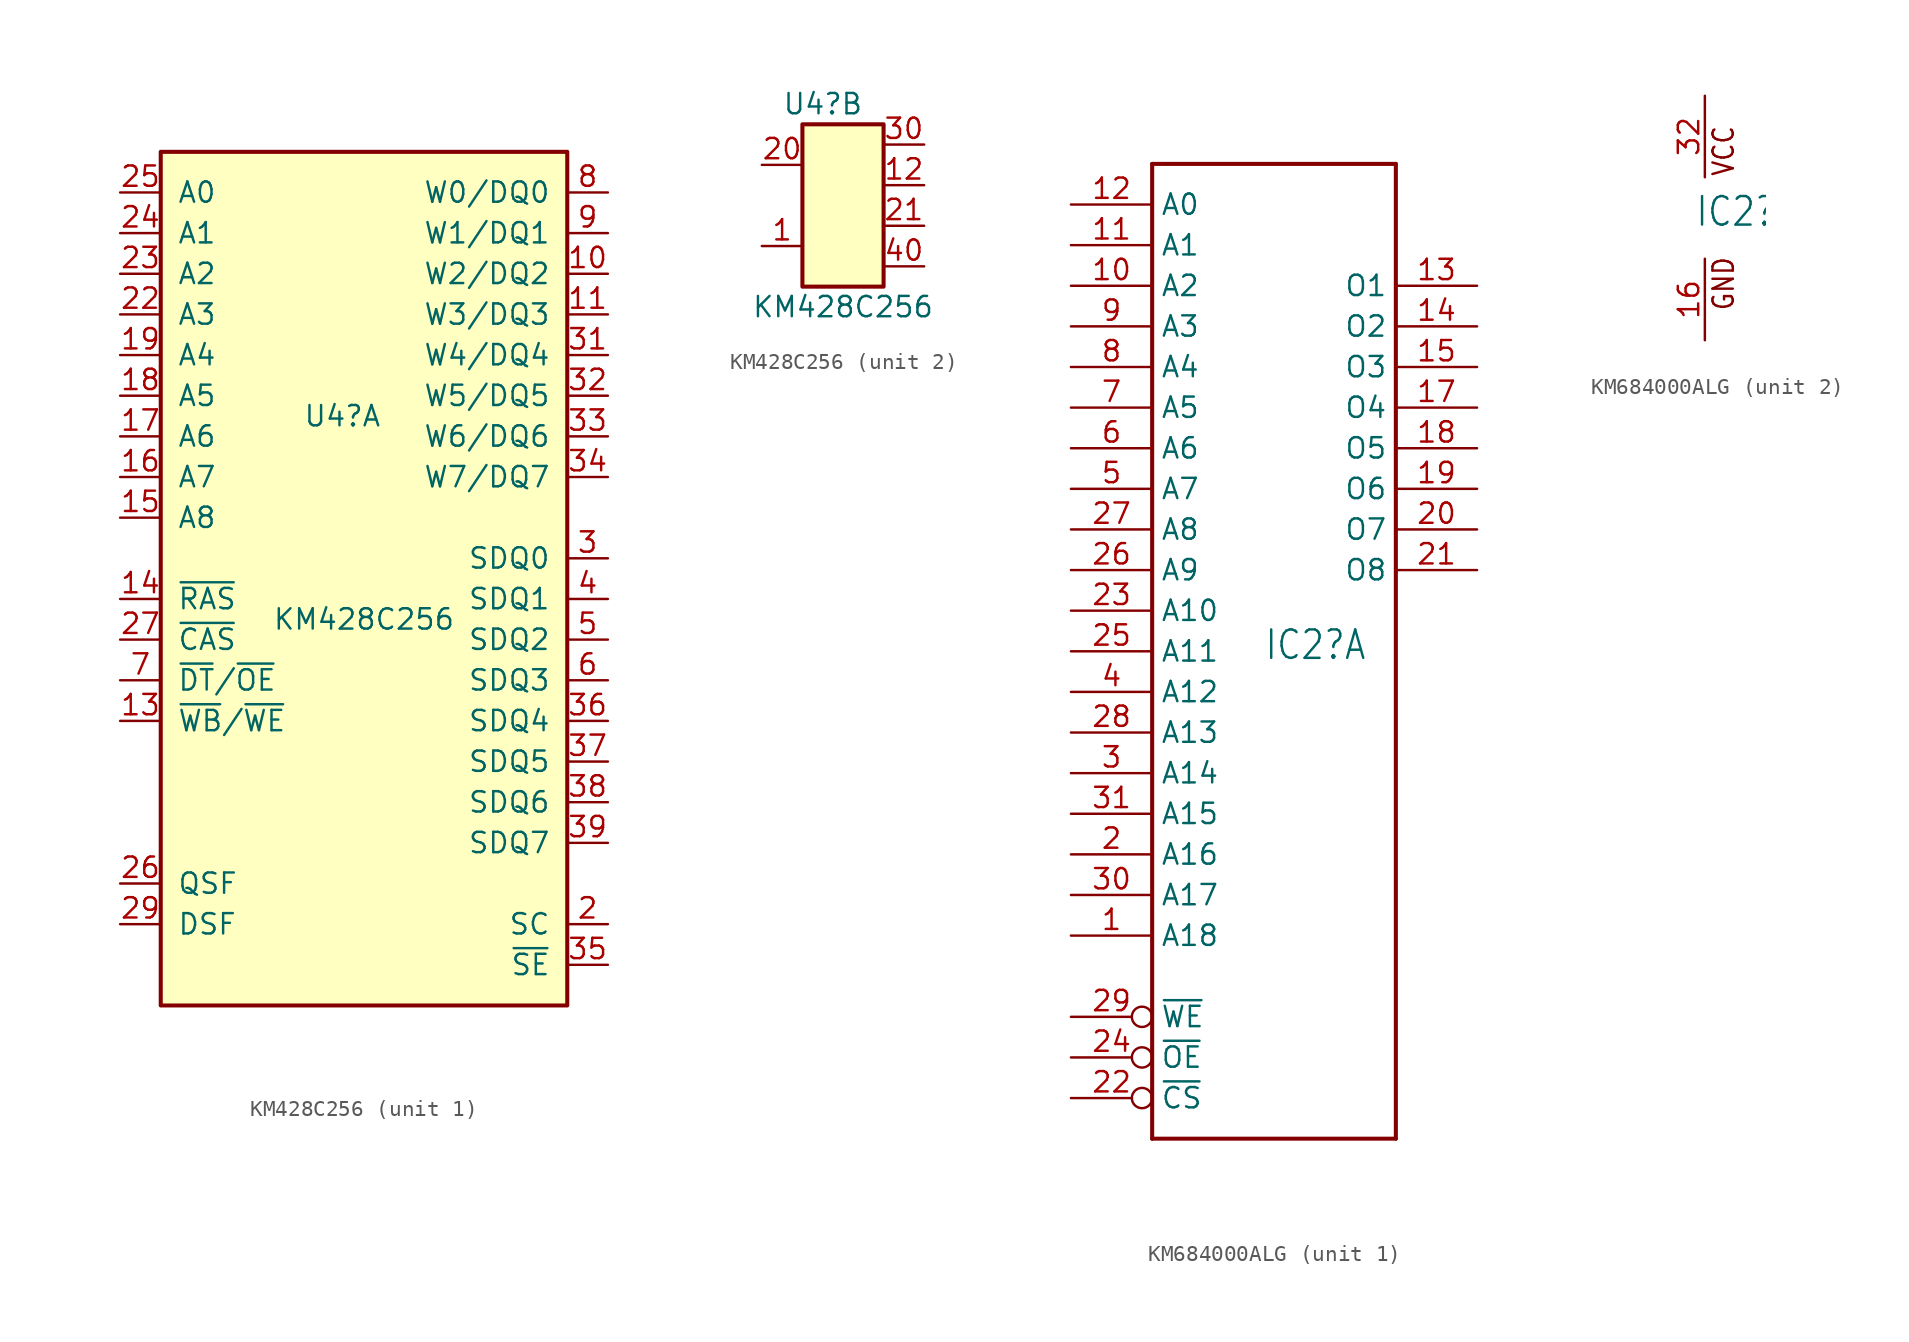
<source format=kicad_sym>
(kicad_symbol_lib
  (version 20220914)
  (generator kicad_symbol_editor)
  (symbol "KM428C256"
    (pin_names
      (offset 1.016))
    (property "Reference" "U4"
      (at -3.81 6.35 0)
      (effects (font (size 1.27 1.27)) (justify left)))
    (property "Value" "KM428C256"
      (at 0 -6.35 0)
      (effects (font (size 1.27 1.27))))
    (property "ki_locked" ""
      (at 0 0 0)
      (effects (font (size 1.27 1.27))))
    (symbol "KM428C256_1_1"
      (rectangle (start -12.7 22.86) (end 12.7 -30.48) (stroke (width 0.254) (type default)) (fill (type background)))
      (pin bidirectional line (at 15.24 15.24 180) (length 2.54) (name "W2/DQ2" (effects (font (size 1.27 1.27)))) (number "10" (effects (font (size 1.27 1.27)))))
      (pin bidirectional line (at 15.24 12.7 180) (length 2.54) (name "W3/DQ3" (effects (font (size 1.27 1.27)))) (number "11" (effects (font (size 1.27 1.27)))))
      (pin input line (at -15.24 -12.7 0) (length 2.54) (name "~{WB}/~{WE}" (effects (font (size 1.27 1.27)))) (number "13" (effects (font (size 1.27 1.27)))))
      (pin input line (at -15.24 -5.08 0) (length 2.54) (name "~{RAS}" (effects (font (size 1.27 1.27)))) (number "14" (effects (font (size 1.27 1.27)))))
      (pin input line (at -15.24 0 0) (length 2.54) (name "A8" (effects (font (size 1.27 1.27)))) (number "15" (effects (font (size 1.27 1.27)))))
      (pin input line (at -15.24 2.54 0) (length 2.54) (name "A7" (effects (font (size 1.27 1.27)))) (number "16" (effects (font (size 1.27 1.27)))))
      (pin input line (at -15.24 5.08 0) (length 2.54) (name "A6" (effects (font (size 1.27 1.27)))) (number "17" (effects (font (size 1.27 1.27)))))
      (pin input line (at -15.24 7.62 0) (length 2.54) (name "A5" (effects (font (size 1.27 1.27)))) (number "18" (effects (font (size 1.27 1.27)))))
      (pin input line (at -15.24 10.16 0) (length 2.54) (name "A4" (effects (font (size 1.27 1.27)))) (number "19" (effects (font (size 1.27 1.27)))))
      (pin input line (at 15.24 -25.4 180) (length 2.54) (name "SC" (effects (font (size 1.27 1.27)))) (number "2" (effects (font (size 1.27 1.27)))))
      (pin input line (at -15.24 12.7 0) (length 2.54) (name "A3" (effects (font (size 1.27 1.27)))) (number "22" (effects (font (size 1.27 1.27)))))
      (pin input line (at -15.24 15.24 0) (length 2.54) (name "A2" (effects (font (size 1.27 1.27)))) (number "23" (effects (font (size 1.27 1.27)))))
      (pin input line (at -15.24 17.78 0) (length 2.54) (name "A1" (effects (font (size 1.27 1.27)))) (number "24" (effects (font (size 1.27 1.27)))))
      (pin input line (at -15.24 20.32 0) (length 2.54) (name "A0" (effects (font (size 1.27 1.27)))) (number "25" (effects (font (size 1.27 1.27)))))
      (pin input line (at -15.24 -22.86 0) (length 2.54) (name "QSF" (effects (font (size 1.27 1.27)))) (number "26" (effects (font (size 1.27 1.27)))))
      (pin input line (at -15.24 -7.62 0) (length 2.54) (name "~{CAS}" (effects (font (size 1.27 1.27)))) (number "27" (effects (font (size 1.27 1.27)))))
      (pin no_connect line (at 10.16 0 180) (length 2.54) hide (name "N/C" (effects (font (size 1.27 1.27)))) (number "28" (effects (font (size 1.27 1.27)))))
      (pin input line (at -15.24 -25.4 0) (length 2.54) (name "DSF" (effects (font (size 1.27 1.27)))) (number "29" (effects (font (size 1.27 1.27)))))
      (pin bidirectional line (at 15.24 -2.54 180) (length 2.54) (name "SDQ0" (effects (font (size 1.27 1.27)))) (number "3" (effects (font (size 1.27 1.27)))))
      (pin bidirectional line (at 15.24 10.16 180) (length 2.54) (name "W4/DQ4" (effects (font (size 1.27 1.27)))) (number "31" (effects (font (size 1.27 1.27)))))
      (pin bidirectional line (at 15.24 7.62 180) (length 2.54) (name "W5/DQ5" (effects (font (size 1.27 1.27)))) (number "32" (effects (font (size 1.27 1.27)))))
      (pin bidirectional line (at 15.24 5.08 180) (length 2.54) (name "W6/DQ6" (effects (font (size 1.27 1.27)))) (number "33" (effects (font (size 1.27 1.27)))))
      (pin bidirectional line (at 15.24 2.54 180) (length 2.54) (name "W7/DQ7" (effects (font (size 1.27 1.27)))) (number "34" (effects (font (size 1.27 1.27)))))
      (pin input line (at 15.24 -27.94 180) (length 2.54) (name "~{SE}" (effects (font (size 1.27 1.27)))) (number "35" (effects (font (size 1.27 1.27)))))
      (pin bidirectional line (at 15.24 -12.7 180) (length 2.54) (name "SDQ4" (effects (font (size 1.27 1.27)))) (number "36" (effects (font (size 1.27 1.27)))))
      (pin bidirectional line (at 15.24 -15.24 180) (length 2.54) (name "SDQ5" (effects (font (size 1.27 1.27)))) (number "37" (effects (font (size 1.27 1.27)))))
      (pin bidirectional line (at 15.24 -17.78 180) (length 2.54) (name "SDQ6" (effects (font (size 1.27 1.27)))) (number "38" (effects (font (size 1.27 1.27)))))
      (pin bidirectional line (at 15.24 -20.32 180) (length 2.54) (name "SDQ7" (effects (font (size 1.27 1.27)))) (number "39" (effects (font (size 1.27 1.27)))))
      (pin bidirectional line (at 15.24 -5.08 180) (length 2.54) (name "SDQ1" (effects (font (size 1.27 1.27)))) (number "4" (effects (font (size 1.27 1.27)))))
      (pin bidirectional line (at 15.24 -7.62 180) (length 2.54) (name "SDQ2" (effects (font (size 1.27 1.27)))) (number "5" (effects (font (size 1.27 1.27)))))
      (pin bidirectional line (at 15.24 -10.16 180) (length 2.54) (name "SDQ3" (effects (font (size 1.27 1.27)))) (number "6" (effects (font (size 1.27 1.27)))))
      (pin input line (at -15.24 -10.16 0) (length 2.54) (name "~{DT}/~{OE}" (effects (font (size 1.27 1.27)))) (number "7" (effects (font (size 1.27 1.27)))))
      (pin bidirectional line (at 15.24 20.32 180) (length 2.54) (name "W0/DQ0" (effects (font (size 1.27 1.27)))) (number "8" (effects (font (size 1.27 1.27)))))
      (pin bidirectional line (at 15.24 17.78 180) (length 2.54) (name "W1/DQ1" (effects (font (size 1.27 1.27)))) (number "9" (effects (font (size 1.27 1.27))))))
    (symbol "KM428C256_2_1"
      (rectangle (start -2.54 5.08) (end 2.54 -5.08) (stroke (width 0.254) (type default)) (fill (type background)))
      (pin power_in line (at -5.08 -2.54 0) (length 2.54) (name "" (effects (font (size 1.27 1.27)))) (number "1" (effects (font (size 1.27 1.27)))))
      (pin passive line (at 5.08 1.27 180) (length 2.54) (name "" (effects (font (size 1.27 1.27)))) (number "12" (effects (font (size 1.27 1.27)))))
      (pin passive line (at -5.08 2.54 0) (length 2.54) (name "" (effects (font (size 1.27 1.27)))) (number "20" (effects (font (size 1.27 1.27)))))
      (pin passive line (at 5.08 -1.27 180) (length 2.54) (name "" (effects (font (size 1.27 1.27)))) (number "21" (effects (font (size 1.27 1.27)))))
      (pin passive line (at 5.08 3.81 180) (length 2.54) (name "" (effects (font (size 1.27 1.27)))) (number "30" (effects (font (size 1.27 1.27)))))
      (pin passive line (at 5.08 -3.81 180) (length 2.54) (name "" (effects (font (size 1.27 1.27)))) (number "40" (effects (font (size 1.27 1.27)))))))
  (symbol "KM684000ALG"
    (property "Reference" "IC2"
      (at -0.635 -0.635 0)
      (effects (font (size 1.778 1.511)) (justify left bottom)))
    (property "ki_locked" ""
      (at 0 0 0)
      (effects (font (size 1.27 1.27))))
    (symbol "KM684000ALG_1_0"
      (polyline (pts (xy -7.62 -30.48) (xy -7.62 30.48)) (stroke (width 0.254) (type default)) (fill (type none)))
      (polyline (pts (xy -7.62 30.48) (xy 7.62 30.48)) (stroke (width 0.254) (type default)) (fill (type none)))
      (polyline (pts (xy 7.62 -30.48) (xy -7.62 -30.48)) (stroke (width 0.254) (type default)) (fill (type none)))
      (polyline (pts (xy 7.62 30.48) (xy 7.62 -30.48)) (stroke (width 0.254) (type default)) (fill (type none)))
      (pin bidirectional line (at -12.7 -17.78 0) (length 5.08) (name "A18" (effects (font (size 1.27 1.27)))) (number "1" (effects (font (size 1.27 1.27)))))
      (pin bidirectional line (at -12.7 22.86 0) (length 5.08) (name "A2" (effects (font (size 1.27 1.27)))) (number "10" (effects (font (size 1.27 1.27)))))
      (pin bidirectional line (at -12.7 25.4 0) (length 5.08) (name "A1" (effects (font (size 1.27 1.27)))) (number "11" (effects (font (size 1.27 1.27)))))
      (pin bidirectional line (at -12.7 27.94 0) (length 5.08) (name "A0" (effects (font (size 1.27 1.27)))) (number "12" (effects (font (size 1.27 1.27)))))
      (pin bidirectional line (at 12.7 22.86 180) (length 5.08) (name "O1" (effects (font (size 1.27 1.27)))) (number "13" (effects (font (size 1.27 1.27)))))
      (pin bidirectional line (at 12.7 20.32 180) (length 5.08) (name "O2" (effects (font (size 1.27 1.27)))) (number "14" (effects (font (size 1.27 1.27)))))
      (pin bidirectional line (at 12.7 17.78 180) (length 5.08) (name "O3" (effects (font (size 1.27 1.27)))) (number "15" (effects (font (size 1.27 1.27)))))
      (pin bidirectional line (at 12.7 15.24 180) (length 5.08) (name "O4" (effects (font (size 1.27 1.27)))) (number "17" (effects (font (size 1.27 1.27)))))
      (pin bidirectional line (at 12.7 12.7 180) (length 5.08) (name "O5" (effects (font (size 1.27 1.27)))) (number "18" (effects (font (size 1.27 1.27)))))
      (pin bidirectional line (at 12.7 10.16 180) (length 5.08) (name "O6" (effects (font (size 1.27 1.27)))) (number "19" (effects (font (size 1.27 1.27)))))
      (pin bidirectional line (at -12.7 -12.7 0) (length 5.08) (name "A16" (effects (font (size 1.27 1.27)))) (number "2" (effects (font (size 1.27 1.27)))))
      (pin bidirectional line (at 12.7 7.62 180) (length 5.08) (name "O7" (effects (font (size 1.27 1.27)))) (number "20" (effects (font (size 1.27 1.27)))))
      (pin bidirectional line (at 12.7 5.08 180) (length 5.08) (name "O8" (effects (font (size 1.27 1.27)))) (number "21" (effects (font (size 1.27 1.27)))))
      (pin bidirectional inverted (at -12.7 -27.94 0) (length 5.08) (name "~{CS}" (effects (font (size 1.27 1.27)))) (number "22" (effects (font (size 1.27 1.27)))))
      (pin bidirectional line (at -12.7 2.54 0) (length 5.08) (name "A10" (effects (font (size 1.27 1.27)))) (number "23" (effects (font (size 1.27 1.27)))))
      (pin bidirectional inverted (at -12.7 -25.4 0) (length 5.08) (name "~{OE}" (effects (font (size 1.27 1.27)))) (number "24" (effects (font (size 1.27 1.27)))))
      (pin bidirectional line (at -12.7 0 0) (length 5.08) (name "A11" (effects (font (size 1.27 1.27)))) (number "25" (effects (font (size 1.27 1.27)))))
      (pin bidirectional line (at -12.7 5.08 0) (length 5.08) (name "A9" (effects (font (size 1.27 1.27)))) (number "26" (effects (font (size 1.27 1.27)))))
      (pin bidirectional line (at -12.7 7.62 0) (length 5.08) (name "A8" (effects (font (size 1.27 1.27)))) (number "27" (effects (font (size 1.27 1.27)))))
      (pin bidirectional line (at -12.7 -5.08 0) (length 5.08) (name "A13" (effects (font (size 1.27 1.27)))) (number "28" (effects (font (size 1.27 1.27)))))
      (pin bidirectional inverted (at -12.7 -22.86 0) (length 5.08) (name "~{WE}" (effects (font (size 1.27 1.27)))) (number "29" (effects (font (size 1.27 1.27)))))
      (pin bidirectional line (at -12.7 -7.62 0) (length 5.08) (name "A14" (effects (font (size 1.27 1.27)))) (number "3" (effects (font (size 1.27 1.27)))))
      (pin bidirectional line (at -12.7 -15.24 0) (length 5.08) (name "A17" (effects (font (size 1.27 1.27)))) (number "30" (effects (font (size 1.27 1.27)))))
      (pin bidirectional line (at -12.7 -10.16 0) (length 5.08) (name "A15" (effects (font (size 1.27 1.27)))) (number "31" (effects (font (size 1.27 1.27)))))
      (pin bidirectional line (at -12.7 -2.54 0) (length 5.08) (name "A12" (effects (font (size 1.27 1.27)))) (number "4" (effects (font (size 1.27 1.27)))))
      (pin bidirectional line (at -12.7 10.16 0) (length 5.08) (name "A7" (effects (font (size 1.27 1.27)))) (number "5" (effects (font (size 1.27 1.27)))))
      (pin bidirectional line (at -12.7 12.7 0) (length 5.08) (name "A6" (effects (font (size 1.27 1.27)))) (number "6" (effects (font (size 1.27 1.27)))))
      (pin bidirectional line (at -12.7 15.24 0) (length 5.08) (name "A5" (effects (font (size 1.27 1.27)))) (number "7" (effects (font (size 1.27 1.27)))))
      (pin bidirectional line (at -12.7 17.78 0) (length 5.08) (name "A4" (effects (font (size 1.27 1.27)))) (number "8" (effects (font (size 1.27 1.27)))))
      (pin bidirectional line (at -12.7 20.32 0) (length 5.08) (name "A3" (effects (font (size 1.27 1.27)))) (number "9" (effects (font (size 1.27 1.27))))))
    (symbol "KM684000ALG_2_0"
      (text "GND" (at 1.905 -5.842 900) (effects (font (size 1.27 1.079)) (justify left bottom)))
      (text "VCC" (at 1.905 2.54 900) (effects (font (size 1.27 1.079)) (justify left bottom)))
      (pin power_in line (at 0 -7.62 90) (length 5.08) (name "GND" (effects (font (size 0 0)))) (number "16" (effects (font (size 1.27 1.27)))))
      (pin power_in line (at 0 7.62 270) (length 5.08) (name "VCC" (effects (font (size 0 0)))) (number "32" (effects (font (size 1.27 1.27))))))))
</source>
